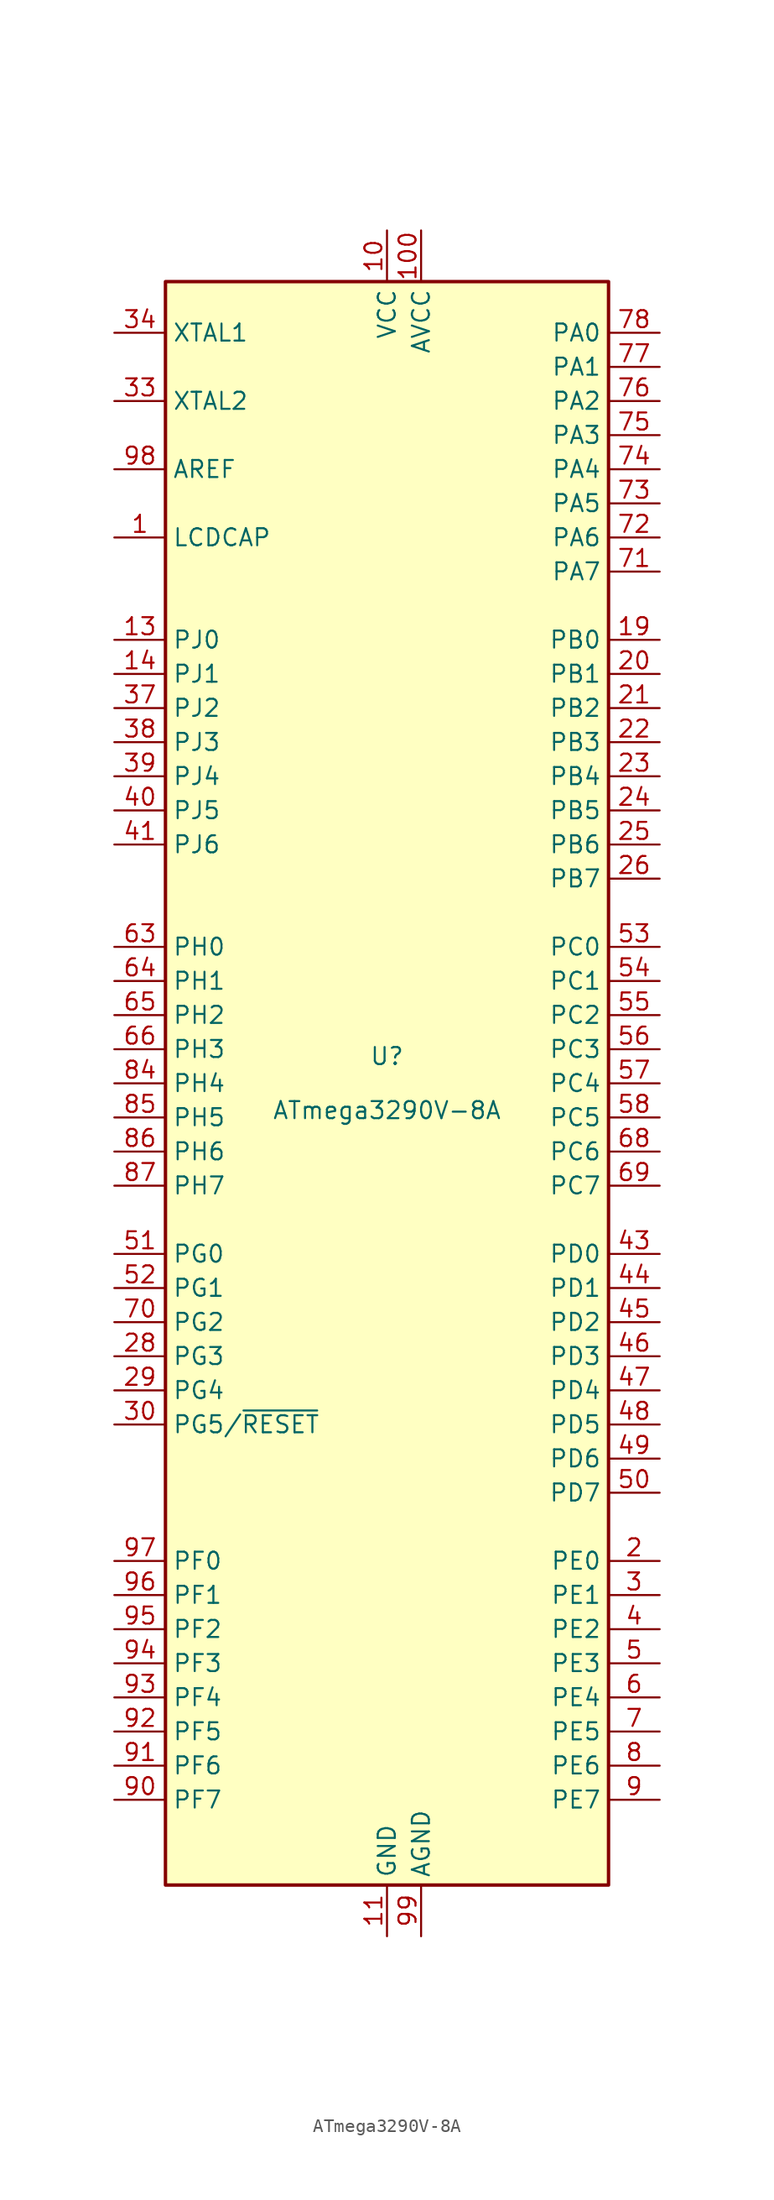
<source format=kicad_sym>
(kicad_symbol_lib
  (version 20211014)
  (generator kicad_symbol_editor)
  (symbol "ATmega3290V-8A"
    (property "Reference" "U"
      (at 0 1.27 0)
      (effects (font (size 1.27 1.27)) (justify bottom)))
    (property "Value" "ATmega3290V-8A"
      (at 0 -1.27 0)
      (effects (font (size 1.27 1.27)) (justify top)))
    (symbol "ATmega3290V-8A_0_1"
      (rectangle (start -16.51 -59.69) (end 16.51 59.69) (stroke (width 0.254) (type default) (color 0 0 0 0)) (fill (type background))))
    (symbol "ATmega3290V-8A_1_1"
      (pin passive line (at -20.32 40.64 0) (length 3.81) (name "LCDCAP" (effects (font (size 1.27 1.27)))) (number "1" (effects (font (size 1.27 1.27)))))
      (pin power_in line (at 0 63.5 270) (length 3.81) (name "VCC" (effects (font (size 1.27 1.27)))) (number "10" (effects (font (size 1.27 1.27)))))
      (pin power_in line (at 2.54 63.5 270) (length 3.81) (name "AVCC" (effects (font (size 1.27 1.27)))) (number "100" (effects (font (size 1.27 1.27)))))
      (pin power_in line (at 0 -63.5 90) (length 3.81) (name "GND" (effects (font (size 1.27 1.27)))) (number "11" (effects (font (size 1.27 1.27)))))
      (pin no_connect line (at -15.24 38.1 0) (length 2.54) hide (name "NC" (effects (font (size 1.27 1.27)))) (number "12" (effects (font (size 1.27 1.27)))))
      (pin bidirectional line (at -20.32 33.02 0) (length 3.81) (name "PJ0" (effects (font (size 1.27 1.27)))) (number "13" (effects (font (size 1.27 1.27)))))
      (pin bidirectional line (at -20.32 30.48 0) (length 3.81) (name "PJ1" (effects (font (size 1.27 1.27)))) (number "14" (effects (font (size 1.27 1.27)))))
      (pin no_connect line (at -15.24 35.56 0) (length 2.54) hide (name "NC" (effects (font (size 1.27 1.27)))) (number "15" (effects (font (size 1.27 1.27)))))
      (pin no_connect line (at -15.24 15.24 0) (length 2.54) hide (name "NC" (effects (font (size 1.27 1.27)))) (number "16" (effects (font (size 1.27 1.27)))))
      (pin no_connect line (at -15.24 12.7 0) (length 2.54) hide (name "NC" (effects (font (size 1.27 1.27)))) (number "17" (effects (font (size 1.27 1.27)))))
      (pin no_connect line (at -15.24 -10.16 0) (length 2.54) hide (name "NC" (effects (font (size 1.27 1.27)))) (number "18" (effects (font (size 1.27 1.27)))))
      (pin bidirectional line (at 20.32 33.02 180) (length 3.81) (name "PB0" (effects (font (size 1.27 1.27)))) (number "19" (effects (font (size 1.27 1.27)))))
      (pin bidirectional line (at 20.32 -35.56 180) (length 3.81) (name "PE0" (effects (font (size 1.27 1.27)))) (number "2" (effects (font (size 1.27 1.27)))))
      (pin bidirectional line (at 20.32 30.48 180) (length 3.81) (name "PB1" (effects (font (size 1.27 1.27)))) (number "20" (effects (font (size 1.27 1.27)))))
      (pin bidirectional line (at 20.32 27.94 180) (length 3.81) (name "PB2" (effects (font (size 1.27 1.27)))) (number "21" (effects (font (size 1.27 1.27)))))
      (pin bidirectional line (at 20.32 25.4 180) (length 3.81) (name "PB3" (effects (font (size 1.27 1.27)))) (number "22" (effects (font (size 1.27 1.27)))))
      (pin bidirectional line (at 20.32 22.86 180) (length 3.81) (name "PB4" (effects (font (size 1.27 1.27)))) (number "23" (effects (font (size 1.27 1.27)))))
      (pin bidirectional line (at 20.32 20.32 180) (length 3.81) (name "PB5" (effects (font (size 1.27 1.27)))) (number "24" (effects (font (size 1.27 1.27)))))
      (pin bidirectional line (at 20.32 17.78 180) (length 3.81) (name "PB6" (effects (font (size 1.27 1.27)))) (number "25" (effects (font (size 1.27 1.27)))))
      (pin bidirectional line (at 20.32 15.24 180) (length 3.81) (name "PB7" (effects (font (size 1.27 1.27)))) (number "26" (effects (font (size 1.27 1.27)))))
      (pin no_connect line (at -15.24 -27.94 0) (length 2.54) hide (name "NC" (effects (font (size 1.27 1.27)))) (number "27" (effects (font (size 1.27 1.27)))))
      (pin bidirectional line (at -20.32 -20.32 0) (length 3.81) (name "PG3" (effects (font (size 1.27 1.27)))) (number "28" (effects (font (size 1.27 1.27)))))
      (pin bidirectional line (at -20.32 -22.86 0) (length 3.81) (name "PG4" (effects (font (size 1.27 1.27)))) (number "29" (effects (font (size 1.27 1.27)))))
      (pin bidirectional line (at 20.32 -38.1 180) (length 3.81) (name "PE1" (effects (font (size 1.27 1.27)))) (number "3" (effects (font (size 1.27 1.27)))))
      (pin bidirectional line (at -20.32 -25.4 0) (length 3.81) (name "PG5/~{RESET}" (effects (font (size 1.27 1.27)))) (number "30" (effects (font (size 1.27 1.27)))))
      (pin passive line (at 0 63.5 270) (length 3.81) hide (name "VCC" (effects (font (size 1.27 1.27)))) (number "31" (effects (font (size 1.27 1.27)))))
      (pin passive line (at 0 -63.5 90) (length 3.81) hide (name "GND" (effects (font (size 1.27 1.27)))) (number "32" (effects (font (size 1.27 1.27)))))
      (pin output line (at -20.32 50.8 0) (length 3.81) (name "XTAL2" (effects (font (size 1.27 1.27)))) (number "33" (effects (font (size 1.27 1.27)))))
      (pin input line (at -20.32 55.88 0) (length 3.81) (name "XTAL1" (effects (font (size 1.27 1.27)))) (number "34" (effects (font (size 1.27 1.27)))))
      (pin no_connect line (at -15.24 -30.48 0) (length 2.54) hide (name "NC" (effects (font (size 1.27 1.27)))) (number "35" (effects (font (size 1.27 1.27)))))
      (pin no_connect line (at -15.24 -33.02 0) (length 2.54) hide (name "NC" (effects (font (size 1.27 1.27)))) (number "36" (effects (font (size 1.27 1.27)))))
      (pin bidirectional line (at -20.32 27.94 0) (length 3.81) (name "PJ2" (effects (font (size 1.27 1.27)))) (number "37" (effects (font (size 1.27 1.27)))))
      (pin bidirectional line (at -20.32 25.4 0) (length 3.81) (name "PJ3" (effects (font (size 1.27 1.27)))) (number "38" (effects (font (size 1.27 1.27)))))
      (pin bidirectional line (at -20.32 22.86 0) (length 3.81) (name "PJ4" (effects (font (size 1.27 1.27)))) (number "39" (effects (font (size 1.27 1.27)))))
      (pin bidirectional line (at 20.32 -40.64 180) (length 3.81) (name "PE2" (effects (font (size 1.27 1.27)))) (number "4" (effects (font (size 1.27 1.27)))))
      (pin bidirectional line (at -20.32 20.32 0) (length 3.81) (name "PJ5" (effects (font (size 1.27 1.27)))) (number "40" (effects (font (size 1.27 1.27)))))
      (pin bidirectional line (at -20.32 17.78 0) (length 3.81) (name "PJ6" (effects (font (size 1.27 1.27)))) (number "41" (effects (font (size 1.27 1.27)))))
      (pin no_connect line (at -15.24 -58.42 90) (length 2.54) hide (name "NC" (effects (font (size 1.27 1.27)))) (number "42" (effects (font (size 1.27 1.27)))))
      (pin bidirectional line (at 20.32 -12.7 180) (length 3.81) (name "PD0" (effects (font (size 1.27 1.27)))) (number "43" (effects (font (size 1.27 1.27)))))
      (pin bidirectional line (at 20.32 -15.24 180) (length 3.81) (name "PD1" (effects (font (size 1.27 1.27)))) (number "44" (effects (font (size 1.27 1.27)))))
      (pin bidirectional line (at 20.32 -17.78 180) (length 3.81) (name "PD2" (effects (font (size 1.27 1.27)))) (number "45" (effects (font (size 1.27 1.27)))))
      (pin bidirectional line (at 20.32 -20.32 180) (length 3.81) (name "PD3" (effects (font (size 1.27 1.27)))) (number "46" (effects (font (size 1.27 1.27)))))
      (pin bidirectional line (at 20.32 -22.86 180) (length 3.81) (name "PD4" (effects (font (size 1.27 1.27)))) (number "47" (effects (font (size 1.27 1.27)))))
      (pin bidirectional line (at 20.32 -25.4 180) (length 3.81) (name "PD5" (effects (font (size 1.27 1.27)))) (number "48" (effects (font (size 1.27 1.27)))))
      (pin bidirectional line (at 20.32 -27.94 180) (length 3.81) (name "PD6" (effects (font (size 1.27 1.27)))) (number "49" (effects (font (size 1.27 1.27)))))
      (pin bidirectional line (at 20.32 -43.18 180) (length 3.81) (name "PE3" (effects (font (size 1.27 1.27)))) (number "5" (effects (font (size 1.27 1.27)))))
      (pin bidirectional line (at 20.32 -30.48 180) (length 3.81) (name "PD7" (effects (font (size 1.27 1.27)))) (number "50" (effects (font (size 1.27 1.27)))))
      (pin bidirectional line (at -20.32 -12.7 0) (length 3.81) (name "PG0" (effects (font (size 1.27 1.27)))) (number "51" (effects (font (size 1.27 1.27)))))
      (pin bidirectional line (at -20.32 -15.24 0) (length 3.81) (name "PG1" (effects (font (size 1.27 1.27)))) (number "52" (effects (font (size 1.27 1.27)))))
      (pin bidirectional line (at 20.32 10.16 180) (length 3.81) (name "PC0" (effects (font (size 1.27 1.27)))) (number "53" (effects (font (size 1.27 1.27)))))
      (pin bidirectional line (at 20.32 7.62 180) (length 3.81) (name "PC1" (effects (font (size 1.27 1.27)))) (number "54" (effects (font (size 1.27 1.27)))))
      (pin bidirectional line (at 20.32 5.08 180) (length 3.81) (name "PC2" (effects (font (size 1.27 1.27)))) (number "55" (effects (font (size 1.27 1.27)))))
      (pin bidirectional line (at 20.32 2.54 180) (length 3.81) (name "PC3" (effects (font (size 1.27 1.27)))) (number "56" (effects (font (size 1.27 1.27)))))
      (pin bidirectional line (at 20.32 0 180) (length 3.81) (name "PC4" (effects (font (size 1.27 1.27)))) (number "57" (effects (font (size 1.27 1.27)))))
      (pin bidirectional line (at 20.32 -2.54 180) (length 3.81) (name "PC5" (effects (font (size 1.27 1.27)))) (number "58" (effects (font (size 1.27 1.27)))))
      (pin no_connect line (at -12.7 -58.42 90) (length 2.54) hide (name "NC" (effects (font (size 1.27 1.27)))) (number "59" (effects (font (size 1.27 1.27)))))
      (pin bidirectional line (at 20.32 -45.72 180) (length 3.81) (name "PE4" (effects (font (size 1.27 1.27)))) (number "6" (effects (font (size 1.27 1.27)))))
      (pin no_connect line (at -10.16 -58.42 90) (length 2.54) hide (name "NC" (effects (font (size 1.27 1.27)))) (number "60" (effects (font (size 1.27 1.27)))))
      (pin no_connect line (at -7.62 -58.42 90) (length 2.54) hide (name "NC" (effects (font (size 1.27 1.27)))) (number "61" (effects (font (size 1.27 1.27)))))
      (pin no_connect line (at -5.08 -58.42 90) (length 2.54) hide (name "NC" (effects (font (size 1.27 1.27)))) (number "62" (effects (font (size 1.27 1.27)))))
      (pin bidirectional line (at -20.32 10.16 0) (length 3.81) (name "PH0" (effects (font (size 1.27 1.27)))) (number "63" (effects (font (size 1.27 1.27)))))
      (pin bidirectional line (at -20.32 7.62 0) (length 3.81) (name "PH1" (effects (font (size 1.27 1.27)))) (number "64" (effects (font (size 1.27 1.27)))))
      (pin bidirectional line (at -20.32 5.08 0) (length 3.81) (name "PH2" (effects (font (size 1.27 1.27)))) (number "65" (effects (font (size 1.27 1.27)))))
      (pin bidirectional line (at -20.32 2.54 0) (length 3.81) (name "PH3" (effects (font (size 1.27 1.27)))) (number "66" (effects (font (size 1.27 1.27)))))
      (pin no_connect line (at -2.54 -58.42 90) (length 2.54) hide (name "NC" (effects (font (size 1.27 1.27)))) (number "67" (effects (font (size 1.27 1.27)))))
      (pin bidirectional line (at 20.32 -5.08 180) (length 3.81) (name "PC6" (effects (font (size 1.27 1.27)))) (number "68" (effects (font (size 1.27 1.27)))))
      (pin bidirectional line (at 20.32 -7.62 180) (length 3.81) (name "PC7" (effects (font (size 1.27 1.27)))) (number "69" (effects (font (size 1.27 1.27)))))
      (pin bidirectional line (at 20.32 -48.26 180) (length 3.81) (name "PE5" (effects (font (size 1.27 1.27)))) (number "7" (effects (font (size 1.27 1.27)))))
      (pin bidirectional line (at -20.32 -17.78 0) (length 3.81) (name "PG2" (effects (font (size 1.27 1.27)))) (number "70" (effects (font (size 1.27 1.27)))))
      (pin bidirectional line (at 20.32 38.1 180) (length 3.81) (name "PA7" (effects (font (size 1.27 1.27)))) (number "71" (effects (font (size 1.27 1.27)))))
      (pin bidirectional line (at 20.32 40.64 180) (length 3.81) (name "PA6" (effects (font (size 1.27 1.27)))) (number "72" (effects (font (size 1.27 1.27)))))
      (pin bidirectional line (at 20.32 43.18 180) (length 3.81) (name "PA5" (effects (font (size 1.27 1.27)))) (number "73" (effects (font (size 1.27 1.27)))))
      (pin bidirectional line (at 20.32 45.72 180) (length 3.81) (name "PA4" (effects (font (size 1.27 1.27)))) (number "74" (effects (font (size 1.27 1.27)))))
      (pin bidirectional line (at 20.32 48.26 180) (length 3.81) (name "PA3" (effects (font (size 1.27 1.27)))) (number "75" (effects (font (size 1.27 1.27)))))
      (pin bidirectional line (at 20.32 50.8 180) (length 3.81) (name "PA2" (effects (font (size 1.27 1.27)))) (number "76" (effects (font (size 1.27 1.27)))))
      (pin bidirectional line (at 20.32 53.34 180) (length 3.81) (name "PA1" (effects (font (size 1.27 1.27)))) (number "77" (effects (font (size 1.27 1.27)))))
      (pin bidirectional line (at 20.32 55.88 180) (length 3.81) (name "PA0" (effects (font (size 1.27 1.27)))) (number "78" (effects (font (size 1.27 1.27)))))
      (pin no_connect line (at 5.08 -58.42 90) (length 2.54) hide (name "NC" (effects (font (size 1.27 1.27)))) (number "79" (effects (font (size 1.27 1.27)))))
      (pin bidirectional line (at 20.32 -50.8 180) (length 3.81) (name "PE6" (effects (font (size 1.27 1.27)))) (number "8" (effects (font (size 1.27 1.27)))))
      (pin passive line (at 0 63.5 270) (length 3.81) hide (name "VCC" (effects (font (size 1.27 1.27)))) (number "80" (effects (font (size 1.27 1.27)))))
      (pin passive line (at 0 -63.5 90) (length 3.81) hide (name "GND" (effects (font (size 1.27 1.27)))) (number "81" (effects (font (size 1.27 1.27)))))
      (pin no_connect line (at 7.62 -58.42 90) (length 2.54) hide (name "NC" (effects (font (size 1.27 1.27)))) (number "82" (effects (font (size 1.27 1.27)))))
      (pin no_connect line (at 10.16 -58.42 90) (length 2.54) hide (name "NC" (effects (font (size 1.27 1.27)))) (number "83" (effects (font (size 1.27 1.27)))))
      (pin bidirectional line (at -20.32 0 0) (length 3.81) (name "PH4" (effects (font (size 1.27 1.27)))) (number "84" (effects (font (size 1.27 1.27)))))
      (pin bidirectional line (at -20.32 -2.54 0) (length 3.81) (name "PH5" (effects (font (size 1.27 1.27)))) (number "85" (effects (font (size 1.27 1.27)))))
      (pin bidirectional line (at -20.32 -5.08 0) (length 3.81) (name "PH6" (effects (font (size 1.27 1.27)))) (number "86" (effects (font (size 1.27 1.27)))))
      (pin bidirectional line (at -20.32 -7.62 0) (length 3.81) (name "PH7" (effects (font (size 1.27 1.27)))) (number "87" (effects (font (size 1.27 1.27)))))
      (pin no_connect line (at 12.7 -58.42 90) (length 2.54) hide (name "NC" (effects (font (size 1.27 1.27)))) (number "88" (effects (font (size 1.27 1.27)))))
      (pin no_connect line (at 15.24 -58.42 90) (length 2.54) hide (name "NC" (effects (font (size 1.27 1.27)))) (number "89" (effects (font (size 1.27 1.27)))))
      (pin bidirectional line (at 20.32 -53.34 180) (length 3.81) (name "PE7" (effects (font (size 1.27 1.27)))) (number "9" (effects (font (size 1.27 1.27)))))
      (pin bidirectional line (at -20.32 -53.34 0) (length 3.81) (name "PF7" (effects (font (size 1.27 1.27)))) (number "90" (effects (font (size 1.27 1.27)))))
      (pin bidirectional line (at -20.32 -50.8 0) (length 3.81) (name "PF6" (effects (font (size 1.27 1.27)))) (number "91" (effects (font (size 1.27 1.27)))))
      (pin bidirectional line (at -20.32 -48.26 0) (length 3.81) (name "PF5" (effects (font (size 1.27 1.27)))) (number "92" (effects (font (size 1.27 1.27)))))
      (pin bidirectional line (at -20.32 -45.72 0) (length 3.81) (name "PF4" (effects (font (size 1.27 1.27)))) (number "93" (effects (font (size 1.27 1.27)))))
      (pin bidirectional line (at -20.32 -43.18 0) (length 3.81) (name "PF3" (effects (font (size 1.27 1.27)))) (number "94" (effects (font (size 1.27 1.27)))))
      (pin bidirectional line (at -20.32 -40.64 0) (length 3.81) (name "PF2" (effects (font (size 1.27 1.27)))) (number "95" (effects (font (size 1.27 1.27)))))
      (pin bidirectional line (at -20.32 -38.1 0) (length 3.81) (name "PF1" (effects (font (size 1.27 1.27)))) (number "96" (effects (font (size 1.27 1.27)))))
      (pin bidirectional line (at -20.32 -35.56 0) (length 3.81) (name "PF0" (effects (font (size 1.27 1.27)))) (number "97" (effects (font (size 1.27 1.27)))))
      (pin passive line (at -20.32 45.72 0) (length 3.81) (name "AREF" (effects (font (size 1.27 1.27)))) (number "98" (effects (font (size 1.27 1.27)))))
      (pin power_in line (at 2.54 -63.5 90) (length 3.81) (name "AGND" (effects (font (size 1.27 1.27)))) (number "99" (effects (font (size 1.27 1.27))))))))
</source>
